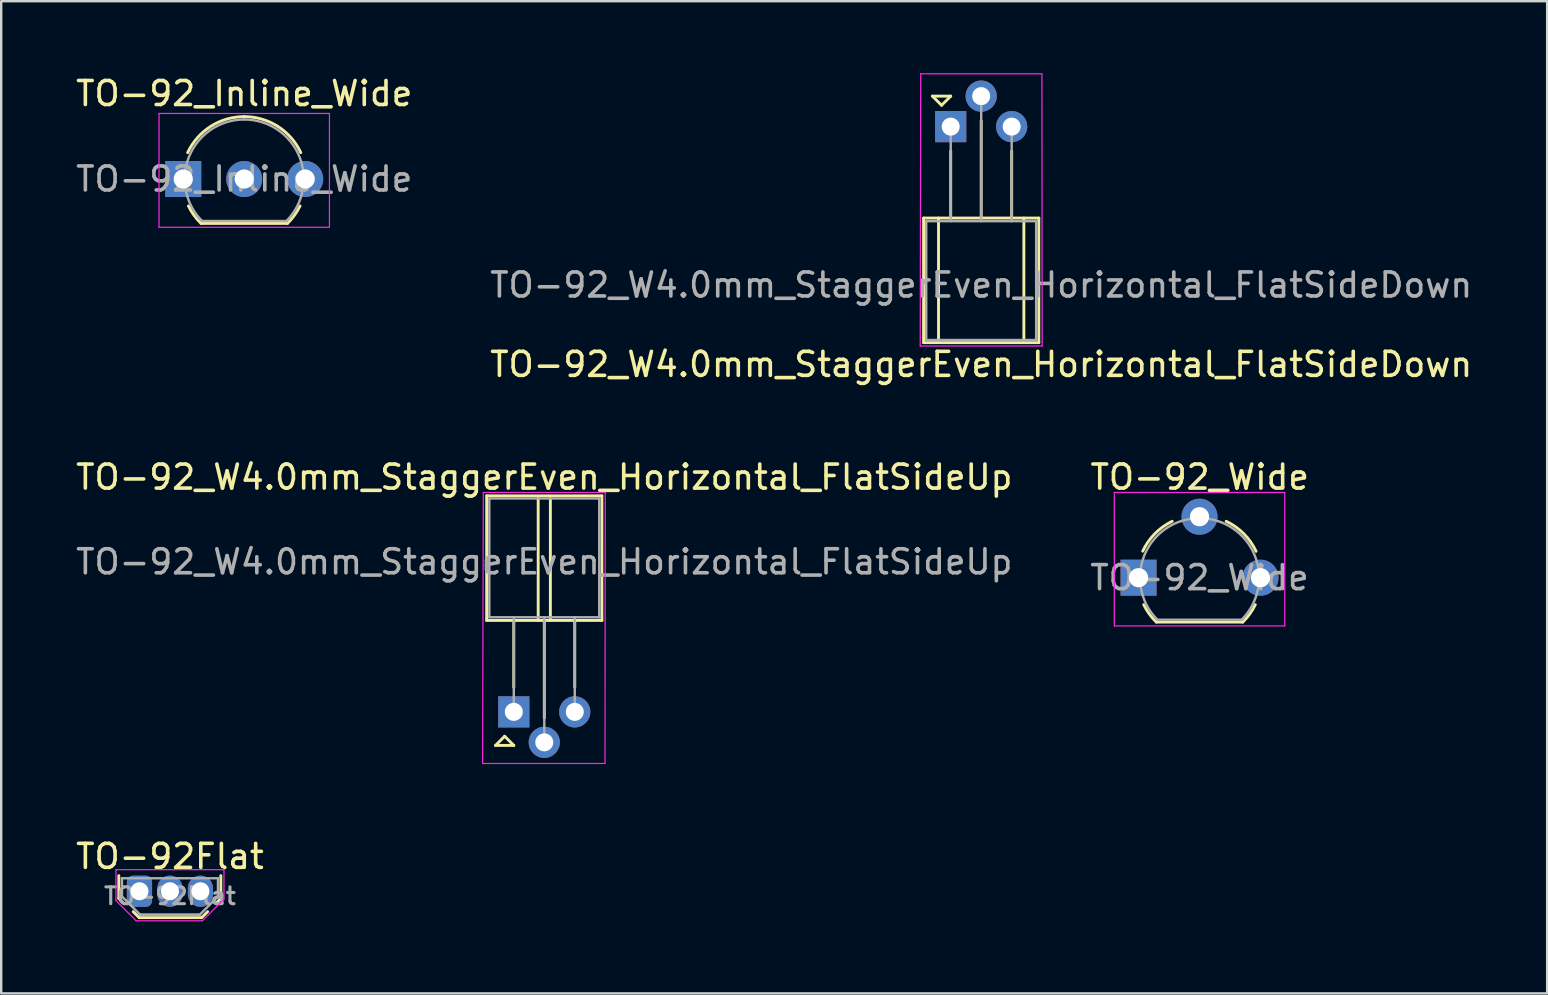
<source format=kicad_pcb>
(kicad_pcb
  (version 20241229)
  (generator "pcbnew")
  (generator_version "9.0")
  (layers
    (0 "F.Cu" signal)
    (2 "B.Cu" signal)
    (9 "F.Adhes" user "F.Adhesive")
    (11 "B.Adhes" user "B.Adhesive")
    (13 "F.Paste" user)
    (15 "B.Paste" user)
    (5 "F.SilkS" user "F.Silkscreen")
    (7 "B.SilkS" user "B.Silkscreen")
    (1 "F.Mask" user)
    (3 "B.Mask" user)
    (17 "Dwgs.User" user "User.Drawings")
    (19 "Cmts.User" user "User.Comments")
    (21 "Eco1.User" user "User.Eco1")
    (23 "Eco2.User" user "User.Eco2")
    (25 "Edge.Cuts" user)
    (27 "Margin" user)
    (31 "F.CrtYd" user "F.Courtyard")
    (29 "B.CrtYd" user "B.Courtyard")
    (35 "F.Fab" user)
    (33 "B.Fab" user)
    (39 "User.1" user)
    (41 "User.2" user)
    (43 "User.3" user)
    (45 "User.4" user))
  (footprint "TO-92_W4.0mm_StaggerEven_Horizontal_FlatSideDown"
    (layer "F.Cu")
    (at 36.557 2.225)
    (property "Reference" "TO-92_W4.0mm_StaggerEven_Horizontal_FlatSideDown" (at 1.27 9.906 0) (layer "F.SilkS") (effects (font (size 1 1) (thickness 0.15))))
    (attr through_hole)
    (fp_line (start -1.13 3.81) (end 3.67 3.81) (stroke (width 0.12) (type solid)) (layer "F.SilkS"))
    (fp_line (start -1.13 9) (end -1.13 3.81) (stroke (width 0.12) (type solid)) (layer "F.SilkS"))
    (fp_line (start -0.762 -1.27) (end -0.381 -0.889) (stroke (width 0.12) (type solid)) (layer "F.SilkS"))
    (fp_line (start -0.508 3.81) (end -0.508 8.89) (stroke (width 0.12) (type solid)) (layer "F.SilkS"))
    (fp_line (start -0.381 -0.889) (end 0 -1.27) (stroke (width 0.12) (type solid)) (layer "F.SilkS"))
    (fp_line (start 0 -1.27) (end -0.762 -1.27) (stroke (width 0.12) (type solid)) (layer "F.SilkS"))
    (fp_line (start 0 1.02) (end 0 3.81) (stroke (width 0.12) (type solid)) (layer "F.SilkS"))
    (fp_line (start 1.27 -0.25) (end 1.27 3.81) (stroke (width 0.12) (type solid)) (layer "F.SilkS"))
    (fp_line (start 2.54 1.02) (end 2.54 3.81) (stroke (width 0.12) (type solid)) (layer "F.SilkS"))
    (fp_line (start 3.048 8.89) (end 3.048 3.81) (stroke (width 0.12) (type solid)) (layer "F.SilkS"))
    (fp_line (start 3.67 3.81) (end 3.67 9) (stroke (width 0.12) (type solid)) (layer "F.SilkS"))
    (fp_line (start 3.67 9) (end -1.13 9) (stroke (width 0.12) (type solid)) (layer "F.SilkS"))
    (fp_line (start -1.25 -2.2) (end -1.27 9.14) (stroke (width 0.05) (type solid)) (layer "F.CrtYd"))
    (fp_line (start -1.25 -2.2) (end 3.8 -2.2) (stroke (width 0.05) (type solid)) (layer "F.CrtYd"))
    (fp_line (start 3.81 9.14) (end -1.27 9.14) (stroke (width 0.05) (type solid)) (layer "F.CrtYd"))
    (fp_line (start 3.81 9.14) (end 3.8 -2.2) (stroke (width 0.05) (type solid)) (layer "F.CrtYd"))
    (fp_line (start -1.02 3.94) (end 3.56 3.94) (stroke (width 0.1) (type solid)) (layer "F.Fab"))
    (fp_line (start -1.02 8.89) (end -1.02 3.94) (stroke (width 0.1) (type solid)) (layer "F.Fab"))
    (fp_line (start 0 3.94) (end 0 0) (stroke (width 0.1) (type solid)) (layer "F.Fab"))
    (fp_line (start 1.27 3.94) (end 1.27 -1.27) (stroke (width 0.1) (type solid)) (layer "F.Fab"))
    (fp_line (start 2.54 3.94) (end 2.54 0) (stroke (width 0.1) (type solid)) (layer "F.Fab"))
    (fp_line (start 3.56 3.94) (end 3.56 8.89) (stroke (width 0.1) (type solid)) (layer "F.Fab"))
    (fp_line (start 3.56 8.89) (end -1.02 8.89) (stroke (width 0.1) (type solid)) (layer "F.Fab"))
    (fp_text user "${REFERENCE}" (at 1.27 6.6 0) (layer "F.Fab") (effects (font (size 1 1) (thickness 0.15))))
    (pad "1" thru_hole rect (at 0 0 90) (size 1.3 1.3) (drill 0.75) (layers "*.Cu" "*.Mask"))
    (pad "2" thru_hole circle (at 1.27 -1.27 90) (size 1.3 1.3) (drill 0.75) (layers "*.Cu" "*.Mask"))
    (pad "3" thru_hole circle (at 2.54 0 90) (size 1.3 1.3) (drill 0.75) (layers "*.Cu" "*.Mask")))
  (footprint "TO-92_W4.0mm_StaggerEven_Horizontal_FlatSideUp"
    (layer "F.Cu")
    (at 18.355 26.607)
    (property "Reference" "TO-92_W4.0mm_StaggerEven_Horizontal_FlatSideUp" (at 1.27 -9.779 0) (layer "F.SilkS") (effects (font (size 1 1) (thickness 0.15))))
    (attr through_hole)
    (fp_line (start -1.13 -9) (end -1.13 -3.81) (stroke (width 0.12) (type solid)) (layer "F.SilkS"))
    (fp_line (start -1.13 -3.81) (end 3.67 -3.81) (stroke (width 0.12) (type solid)) (layer "F.SilkS"))
    (fp_line (start -0.762 1.397) (end -0.381 1.016) (stroke (width 0.12) (type solid)) (layer "F.SilkS"))
    (fp_line (start -0.381 1.016) (end 0 1.397) (stroke (width 0.12) (type solid)) (layer "F.SilkS"))
    (fp_line (start 0 -1.02) (end 0 -3.81) (stroke (width 0.12) (type solid)) (layer "F.SilkS"))
    (fp_line (start 0 1.397) (end -0.762 1.397) (stroke (width 0.12) (type solid)) (layer "F.SilkS"))
    (fp_line (start 1.016 -3.81) (end 1.016 -8.89) (stroke (width 0.12) (type solid)) (layer "F.SilkS"))
    (fp_line (start 1.27 0.25) (end 1.27 -3.81) (stroke (width 0.12) (type solid)) (layer "F.SilkS"))
    (fp_line (start 1.524 -3.81) (end 1.524 -8.89) (stroke (width 0.12) (type solid)) (layer "F.SilkS"))
    (fp_line (start 2.54 -1.02) (end 2.54 -3.81) (stroke (width 0.12) (type solid)) (layer "F.SilkS"))
    (fp_line (start 3.67 -9) (end -1.13 -9) (stroke (width 0.12) (type solid)) (layer "F.SilkS"))
    (fp_line (start 3.67 -3.81) (end 3.67 -9) (stroke (width 0.12) (type solid)) (layer "F.SilkS"))
    (fp_line (start -1.27 -9.14) (end -1.3 2.15) (stroke (width 0.05) (type solid)) (layer "F.CrtYd"))
    (fp_line (start -1.27 -9.14) (end 3.81 -9.14) (stroke (width 0.05) (type solid)) (layer "F.CrtYd"))
    (fp_line (start 3.8 2.15) (end -1.3 2.15) (stroke (width 0.05) (type solid)) (layer "F.CrtYd"))
    (fp_line (start 3.8 2.15) (end 3.81 -9.14) (stroke (width 0.05) (type solid)) (layer "F.CrtYd"))
    (fp_line (start -1.02 -8.89) (end -1.02 -3.94) (stroke (width 0.1) (type solid)) (layer "F.Fab"))
    (fp_line (start -1.02 -3.94) (end 3.56 -3.94) (stroke (width 0.1) (type solid)) (layer "F.Fab"))
    (fp_line (start 0 -3.94) (end 0 0) (stroke (width 0.1) (type solid)) (layer "F.Fab"))
    (fp_line (start 1.27 -3.94) (end 1.27 1.27) (stroke (width 0.1) (type solid)) (layer "F.Fab"))
    (fp_line (start 2.54 -3.94) (end 2.54 0) (stroke (width 0.1) (type solid)) (layer "F.Fab"))
    (fp_line (start 3.56 -8.89) (end -1.02 -8.89) (stroke (width 0.1) (type solid)) (layer "F.Fab"))
    (fp_line (start 3.56 -3.94) (end 3.56 -8.89) (stroke (width 0.1) (type solid)) (layer "F.Fab"))
    (fp_text user "${REFERENCE}" (at 1.27 -6.25 0) (layer "F.Fab") (effects (font (size 1 1) (thickness 0.15))))
    (pad "1" thru_hole rect (at 0 0 270) (size 1.3 1.3) (drill 0.75) (layers "*.Cu" "*.Mask"))
    (pad "2" thru_hole circle (at 1.27 1.27 270) (size 1.3 1.3) (drill 0.75) (layers "*.Cu" "*.Mask"))
    (pad "3" thru_hole circle (at 2.54 0 270) (size 1.3 1.3) (drill 0.75) (layers "*.Cu" "*.Mask")))
  (footprint "TO-92_Inline_Wide"
    (layer "F.Cu")
    (at 4.585 4.408)
    (property "Reference" "TO-92_Inline_Wide" (at 2.54 -3.56 0) (layer "F.SilkS") (effects (font (size 1 1) (thickness 0.15))))
    (attr through_hole)
    (fp_line (start 0.74 1.85) (end 4.34 1.85) (stroke (width 0.12) (type solid)) (layer "F.SilkS"))
    (fp_arc (start 0.1836 -1.098807) (mid 1.143021 -2.192817) (end 2.54 -2.6) (stroke (width 0.12) (type solid)) (layer "F.SilkS"))
    (fp_arc (start 0.74 1.85) (mid 0.446097 1.509328) (end 0.215816 1.122795) (stroke (width 0.12) (type solid)) (layer "F.SilkS"))
    (fp_arc (start 2.54 -2.6) (mid 3.936979 -2.192818) (end 4.8964 -1.098807) (stroke (width 0.12) (type solid)) (layer "F.SilkS"))
    (fp_arc (start 4.864184 1.122795) (mid 4.633903 1.509328) (end 4.34 1.85) (stroke (width 0.12) (type solid)) (layer "F.SilkS"))
    (fp_line (start -1.01 -2.73) (end -1.01 2.01) (stroke (width 0.05) (type solid)) (layer "F.CrtYd"))
    (fp_line (start -1.01 -2.73) (end 6.09 -2.73) (stroke (width 0.05) (type solid)) (layer "F.CrtYd"))
    (fp_line (start 6.09 2.01) (end -1.01 2.01) (stroke (width 0.05) (type solid)) (layer "F.CrtYd"))
    (fp_line (start 6.09 2.01) (end 6.09 -2.73) (stroke (width 0.05) (type solid)) (layer "F.CrtYd"))
    (fp_line (start 0.8 1.75) (end 4.3 1.75) (stroke (width 0.1) (type solid)) (layer "F.Fab"))
    (fp_arc (start 0.786375 1.753625) (mid 0.248779 -0.949055) (end 2.54 -2.48) (stroke (width 0.1) (type solid)) (layer "F.Fab"))
    (fp_arc (start 2.54 -2.48) (mid 4.831221 -0.949055) (end 4.293625 1.753625) (stroke (width 0.1) (type solid)) (layer "F.Fab"))
    (fp_text user "${REFERENCE}" (at 2.54 0 0) (layer "F.Fab") (effects (font (size 1 1) (thickness 0.15))))
    (pad "1" thru_hole rect (at 0 0) (size 1.5 1.5) (drill 0.8) (layers "*.Cu" "*.Mask"))
    (pad "2" thru_hole circle (at 2.54 0) (size 1.5 1.5) (drill 0.8) (layers "*.Cu" "*.Mask"))
    (pad "3" thru_hole circle (at 5.08 0) (size 1.5 1.5) (drill 0.8) (layers "*.Cu" "*.Mask")))
  (footprint "TO-92Flat"
    (layer "F.Cu")
    (at 2.76 34.08)
    (property "Reference" "TO-92Flat" (at 1.27 -1.45 0) (layer "F.SilkS") (effects (font (size 1 1) (thickness 0.15))))
    (attr through_hole)
    (fp_line (start -0.86 0.3) (end -0.86 -0.65) (stroke (width 0.12) (type solid)) (layer "F.SilkS"))
    (fp_line (start -0.71 0.45) (end -0.86 0.3) (stroke (width 0.12) (type solid)) (layer "F.SilkS"))
    (fp_line (start -0.01 1.1) (end -0.26 0.85) (stroke (width 0.12) (type solid)) (layer "F.SilkS"))
    (fp_line (start -0.01 1.1) (end 2.59 1.1) (stroke (width 0.12) (type solid)) (layer "F.SilkS"))
    (fp_line (start 2.59 1.1) (end 2.84 0.85) (stroke (width 0.12) (type solid)) (layer "F.SilkS"))
    (fp_line (start 3.24 0.45) (end 3.39 0.3) (stroke (width 0.12) (type solid)) (layer "F.SilkS"))
    (fp_line (start 3.39 -0.65) (end 3.39 0.3) (stroke (width 0.12) (type solid)) (layer "F.SilkS"))
    (fp_line (start -0.98 -0.9) (end 3.52 -0.9) (stroke (width 0.05) (type solid)) (layer "F.CrtYd"))
    (fp_line (start -0.98 0.39) (end -0.98 -0.9) (stroke (width 0.05) (type solid)) (layer "F.CrtYd"))
    (fp_line (start -0.14 1.23) (end -0.98 0.39) (stroke (width 0.05) (type solid)) (layer "F.CrtYd"))
    (fp_line (start 2.62 1.23) (end -0.14 1.23) (stroke (width 0.05) (type solid)) (layer "F.CrtYd"))
    (fp_line (start 3.52 -0.9) (end 3.52 0.33) (stroke (width 0.05) (type solid)) (layer "F.CrtYd"))
    (fp_line (start 3.52 0.33) (end 2.62 1.23) (stroke (width 0.05) (type solid)) (layer "F.CrtYd"))
    (fp_line (start -0.73 -0.542) (end -0.73 0.217) (stroke (width 0.1) (type solid)) (layer "F.Fab"))
    (fp_line (start 0.03 0.978) (end -0.73 0.217) (stroke (width 0.1) (type solid)) (layer "F.Fab"))
    (fp_line (start 2.51 0.978) (end 0.03 0.978) (stroke (width 0.1) (type solid)) (layer "F.Fab"))
    (fp_line (start 2.51 0.978) (end 0.03 0.978) (stroke (width 0.1) (type solid)) (layer "F.Fab"))
    (fp_line (start 3.27 -0.542) (end -0.73 -0.542) (stroke (width 0.1) (type solid)) (layer "F.Fab"))
    (fp_line (start 3.27 -0.542) (end 3.27 0.217) (stroke (width 0.1) (type solid)) (layer "F.Fab"))
    (fp_line (start 3.27 0.217) (end 2.51 0.978) (stroke (width 0.1) (type solid)) (layer "F.Fab"))
    (fp_text user "${REFERENCE}" (at 1.27 0.2 0) (layer "F.Fab") (effects (font (size 0.7 0.7) (thickness 0.13))))
    (pad "1" thru_hole roundrect (at 0 0) (size 1.05 1.3) (drill 0.75) (layers "*.Cu" "*.Mask") (roundrect_rratio 0.238))
    (pad "2" thru_hole oval (at 1.27 0) (size 1.05 1.3) (drill 0.75) (layers "*.Cu" "*.Mask"))
    (pad "3" thru_hole oval (at 2.54 0) (size 1.05 1.3) (drill 0.75) (layers "*.Cu" "*.Mask")))
  (footprint "TO-92_Wide"
    (layer "F.Cu")
    (at 44.383 21.017)
    (property "Reference" "TO-92_Wide" (at 2.55 -4.19 0) (layer "F.SilkS") (effects (font (size 1 1) (thickness 0.15))))
    (attr through_hole)
    (fp_line (start 0.74 1.85) (end 4.34 1.85) (stroke (width 0.12) (type solid)) (layer "F.SilkS"))
    (fp_arc (start 0.172801 -1.103842) (mid 0.678995 -1.832692) (end 1.4 -2.35) (stroke (width 0.12) (type solid)) (layer "F.SilkS"))
    (fp_arc (start 0.74 1.85) (mid 0.446097 1.509328) (end 0.215816 1.122795) (stroke (width 0.12) (type solid)) (layer "F.SilkS"))
    (fp_arc (start 3.65 -2.35) (mid 4.382279 -1.833196) (end 4.895458 -1.098371) (stroke (width 0.12) (type solid)) (layer "F.SilkS"))
    (fp_arc (start 4.864184 1.122795) (mid 4.633903 1.509328) (end 4.34 1.85) (stroke (width 0.12) (type solid)) (layer "F.SilkS"))
    (fp_line (start -1.01 -3.55) (end -1.01 2.01) (stroke (width 0.05) (type solid)) (layer "F.CrtYd"))
    (fp_line (start -1.01 -3.55) (end 6.09 -3.55) (stroke (width 0.05) (type solid)) (layer "F.CrtYd"))
    (fp_line (start 6.09 2.01) (end -1.01 2.01) (stroke (width 0.05) (type solid)) (layer "F.CrtYd"))
    (fp_line (start 6.09 2.01) (end 6.09 -3.55) (stroke (width 0.05) (type solid)) (layer "F.CrtYd"))
    (fp_line (start 0.8 1.75) (end 4.3 1.75) (stroke (width 0.1) (type solid)) (layer "F.Fab"))
    (fp_arc (start 0.786375 1.753625) (mid 0.248779 -0.949055) (end 2.54 -2.48) (stroke (width 0.1) (type solid)) (layer "F.Fab"))
    (fp_arc (start 2.54 -2.48) (mid 4.831221 -0.949055) (end 4.293625 1.753625) (stroke (width 0.1) (type solid)) (layer "F.Fab"))
    (fp_text user "${REFERENCE}" (at 2.54 0 0) (layer "F.Fab") (effects (font (size 1 1) (thickness 0.15))))
    (pad "1" thru_hole rect (at 0 0) (size 1.5 1.5) (drill 0.8) (layers "*.Cu" "*.Mask"))
    (pad "2" thru_hole circle (at 2.54 -2.54) (size 1.5 1.5) (drill 0.8) (layers "*.Cu" "*.Mask"))
    (pad "3" thru_hole circle (at 5.08 0) (size 1.5 1.5) (drill 0.8) (layers "*.Cu" "*.Mask")))
  (gr_rect
    (start -3 -3)
    (end 61.405 38.335)
    (stroke (width 0.1) (type default))
    (fill no)
    (layer "Edge.Cuts")))
</source>
